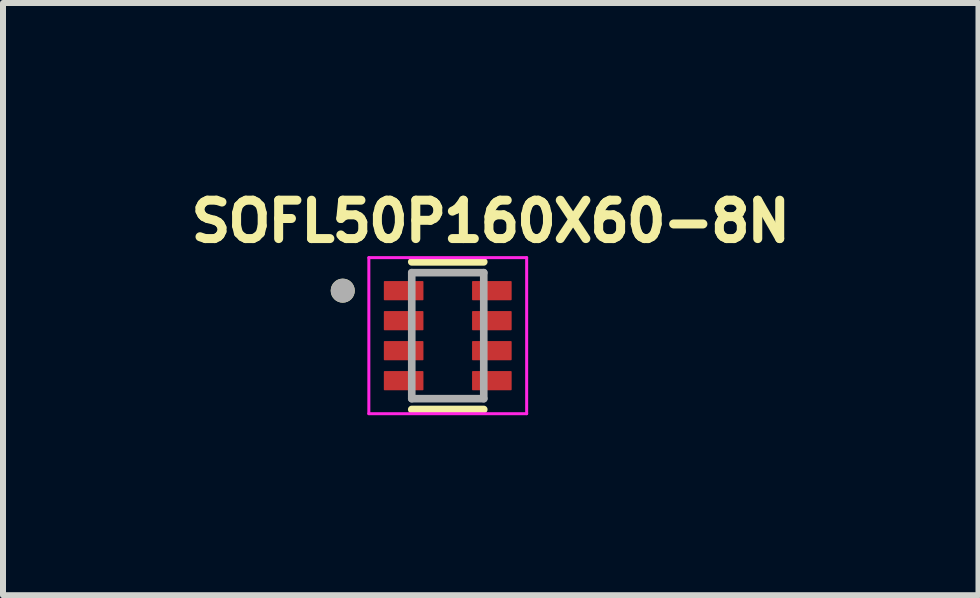
<source format=kicad_pcb>
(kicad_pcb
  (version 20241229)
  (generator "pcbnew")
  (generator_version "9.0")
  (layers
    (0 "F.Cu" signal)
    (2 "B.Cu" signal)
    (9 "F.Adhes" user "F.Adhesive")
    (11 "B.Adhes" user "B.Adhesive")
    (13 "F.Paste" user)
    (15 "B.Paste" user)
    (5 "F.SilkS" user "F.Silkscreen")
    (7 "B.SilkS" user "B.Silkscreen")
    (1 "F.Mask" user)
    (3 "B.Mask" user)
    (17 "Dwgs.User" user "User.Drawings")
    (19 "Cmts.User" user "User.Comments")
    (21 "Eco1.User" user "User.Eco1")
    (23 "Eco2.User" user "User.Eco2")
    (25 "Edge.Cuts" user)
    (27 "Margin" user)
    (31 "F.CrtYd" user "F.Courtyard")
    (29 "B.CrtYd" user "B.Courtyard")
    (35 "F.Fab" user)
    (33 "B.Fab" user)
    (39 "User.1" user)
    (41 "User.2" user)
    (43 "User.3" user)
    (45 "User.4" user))
  (footprint "SOFL50P160X60-8N"
    (layer "F.Cu")
    (at 4.412 2.544)
    (property "Reference" "SOFL50P160X60-8N" (at 0.717 -1.906 0) (layer "F.SilkS") (effects (font (size 0.64 0.64) (thickness 0.15))))
    (attr smd)
    (fp_poly (pts (xy -1.115 -0.96) (xy -0.355 -0.96) (xy -0.355 -0.54) (xy -1.115 -0.54)) (stroke (width 0.01) (type solid)) (fill yes) (layer "F.Mask"))
    (fp_poly (pts (xy -1.115 -0.46) (xy -0.355 -0.46) (xy -0.355 -0.04) (xy -1.115 -0.04)) (stroke (width 0.01) (type solid)) (fill yes) (layer "F.Mask"))
    (fp_poly (pts (xy -1.115 0.04) (xy -0.355 0.04) (xy -0.355 0.46) (xy -1.115 0.46)) (stroke (width 0.01) (type solid)) (fill yes) (layer "F.Mask"))
    (fp_poly (pts (xy -1.115 0.54) (xy -0.355 0.54) (xy -0.355 0.96) (xy -1.115 0.96)) (stroke (width 0.01) (type solid)) (fill yes) (layer "F.Mask"))
    (fp_poly (pts (xy 0.355 -0.96) (xy 1.115 -0.96) (xy 1.115 -0.54) (xy 0.355 -0.54)) (stroke (width 0.01) (type solid)) (fill yes) (layer "F.Mask"))
    (fp_poly (pts (xy 0.355 -0.46) (xy 1.115 -0.46) (xy 1.115 -0.04) (xy 0.355 -0.04)) (stroke (width 0.01) (type solid)) (fill yes) (layer "F.Mask"))
    (fp_poly (pts (xy 0.355 0.04) (xy 1.115 0.04) (xy 1.115 0.46) (xy 0.355 0.46)) (stroke (width 0.01) (type solid)) (fill yes) (layer "F.Mask"))
    (fp_poly (pts (xy 0.355 0.54) (xy 1.115 0.54) (xy 1.115 0.96) (xy 0.355 0.96)) (stroke (width 0.01) (type solid)) (fill yes) (layer "F.Mask"))
    (fp_line (start -0.6 -1.23) (end 0.6 -1.23) (stroke (width 0.127) (type solid)) (layer "F.SilkS"))
    (fp_line (start 0.6 1.23) (end -0.6 1.23) (stroke (width 0.127) (type solid)) (layer "F.SilkS"))
    (fp_circle (center -1.75 -0.75) (end -1.65 -0.75) (stroke (width 0.2) (type solid)) (fill no) (layer "F.SilkS"))
    (fp_line (start -1.315 -1.3) (end 1.315 -1.3) (stroke (width 0.05) (type solid)) (layer "F.CrtYd"))
    (fp_line (start -1.315 1.3) (end -1.315 -1.3) (stroke (width 0.05) (type solid)) (layer "F.CrtYd"))
    (fp_line (start 1.315 -1.3) (end 1.315 1.3) (stroke (width 0.05) (type solid)) (layer "F.CrtYd"))
    (fp_line (start 1.315 1.3) (end -1.315 1.3) (stroke (width 0.05) (type solid)) (layer "F.CrtYd"))
    (fp_line (start -0.6 -1.05) (end 0.6 -1.05) (stroke (width 0.127) (type solid)) (layer "F.Fab"))
    (fp_line (start -0.6 1.05) (end -0.6 -1.05) (stroke (width 0.127) (type solid)) (layer "F.Fab"))
    (fp_line (start 0.6 -1.05) (end 0.6 1.05) (stroke (width 0.127) (type solid)) (layer "F.Fab"))
    (fp_line (start 0.6 1.05) (end -0.6 1.05) (stroke (width 0.127) (type solid)) (layer "F.Fab"))
    (fp_circle (center -1.75 -0.75) (end -1.65 -0.75) (stroke (width 0.2) (type solid)) (fill no) (layer "F.Fab"))
    (pad "1" smd roundrect (at -0.735 -0.75) (size 0.66 0.32) (layers "F.Cu" "F.Paste") (roundrect_rratio 0.04))
    (pad "2" smd roundrect (at -0.735 -0.25) (size 0.66 0.32) (layers "F.Cu" "F.Paste") (roundrect_rratio 0.04))
    (pad "3" smd roundrect (at -0.735 0.25) (size 0.66 0.32) (layers "F.Cu" "F.Paste") (roundrect_rratio 0.04))
    (pad "4" smd roundrect (at -0.735 0.75) (size 0.66 0.32) (layers "F.Cu" "F.Paste") (roundrect_rratio 0.04))
    (pad "5" smd roundrect (at 0.735 0.75) (size 0.66 0.32) (layers "F.Cu" "F.Paste") (roundrect_rratio 0.04))
    (pad "6" smd roundrect (at 0.735 0.25) (size 0.66 0.32) (layers "F.Cu" "F.Paste") (roundrect_rratio 0.04))
    (pad "7" smd roundrect (at 0.735 -0.25) (size 0.66 0.32) (layers "F.Cu" "F.Paste") (roundrect_rratio 0.04))
    (pad "8" smd roundrect (at 0.735 -0.75) (size 0.66 0.32) (layers "F.Cu" "F.Paste") (roundrect_rratio 0.04)))
  (gr_rect
    (start -3 -3)
    (end 13.257 6.869)
    (stroke (width 0.1) (type default))
    (fill no)
    (layer "Edge.Cuts")))
</source>
